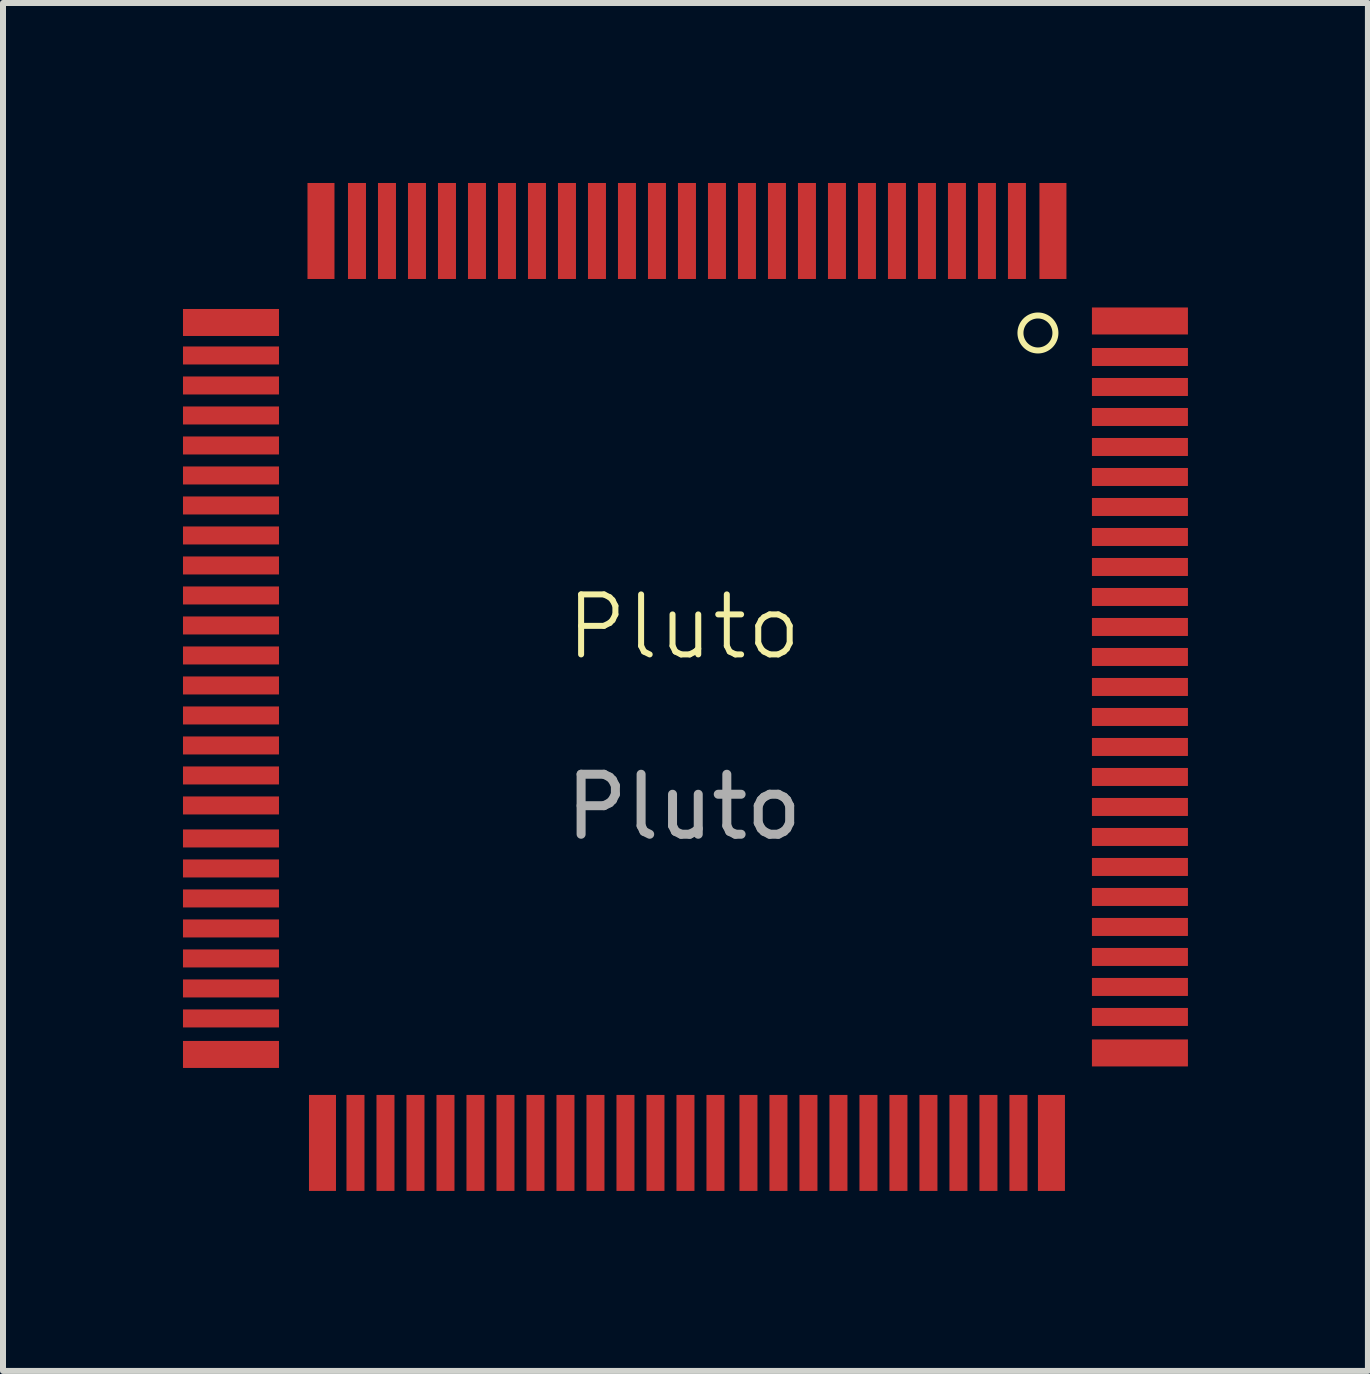
<source format=kicad_pcb>
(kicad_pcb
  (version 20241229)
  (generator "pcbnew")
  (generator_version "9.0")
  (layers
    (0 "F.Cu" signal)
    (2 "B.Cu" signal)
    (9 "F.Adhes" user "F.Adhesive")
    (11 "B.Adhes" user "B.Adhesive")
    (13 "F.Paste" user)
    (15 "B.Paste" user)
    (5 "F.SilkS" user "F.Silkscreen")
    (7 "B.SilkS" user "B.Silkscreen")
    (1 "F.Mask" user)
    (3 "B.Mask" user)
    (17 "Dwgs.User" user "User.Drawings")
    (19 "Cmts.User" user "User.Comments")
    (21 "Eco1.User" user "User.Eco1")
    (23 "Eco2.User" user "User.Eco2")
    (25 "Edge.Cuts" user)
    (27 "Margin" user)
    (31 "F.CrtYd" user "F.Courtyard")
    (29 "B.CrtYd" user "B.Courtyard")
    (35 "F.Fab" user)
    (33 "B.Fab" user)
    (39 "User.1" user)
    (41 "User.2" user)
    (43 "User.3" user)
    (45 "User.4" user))
  (footprint "Pluto"
    (layer "F.Cu")
    (at 8.35 7.9)
    (property "Reference" "Pluto" (at 0 -0.5 0) (unlocked yes) (layer "F.SilkS") (effects (font (size 1 1) (thickness 0.1))))
    (attr smd)
    (fp_circle (center 5.9 -5.4) (end 6.15 -5.25) (stroke (width 0.1) (type default)) (fill no) (layer "F.SilkS"))
    (fp_text user "${REFERENCE}" (at 0 2.5 0) (unlocked yes) (layer "F.Fab") (effects (font (size 1 1) (thickness 0.15))))
    (pad "1" smd rect (at 6.15 -7.1 270) (size 1.6 0.45) (layers "F.Cu" "F.Mask" "F.Paste"))
    (pad "2" smd rect (at 5.55 -7.1 270) (size 1.6 0.3) (layers "F.Cu" "F.Mask" "F.Paste"))
    (pad "3" smd rect (at 5.05 -7.1 270) (size 1.6 0.3) (layers "F.Cu" "F.Mask" "F.Paste"))
    (pad "4" smd rect (at 4.55 -7.1 270) (size 1.6 0.3) (layers "F.Cu" "F.Mask" "F.Paste"))
    (pad "5" smd rect (at 4.05 -7.1 270) (size 1.6 0.3) (layers "F.Cu" "F.Mask" "F.Paste"))
    (pad "6" smd rect (at 3.55 -7.1 270) (size 1.6 0.3) (layers "F.Cu" "F.Mask" "F.Paste"))
    (pad "7" smd rect (at 3.05 -7.1 270) (size 1.6 0.3) (layers "F.Cu" "F.Mask" "F.Paste"))
    (pad "8" smd rect (at 2.55 -7.1 270) (size 1.6 0.3) (layers "F.Cu" "F.Mask" "F.Paste"))
    (pad "9" smd rect (at 2.05 -7.1 270) (size 1.6 0.3) (layers "F.Cu" "F.Mask" "F.Paste"))
    (pad "10" smd rect (at 1.55 -7.1 270) (size 1.6 0.3) (layers "F.Cu" "F.Mask" "F.Paste"))
    (pad "11" smd rect (at 1.05 -7.1 270) (size 1.6 0.3) (layers "F.Cu" "F.Mask" "F.Paste"))
    (pad "12" smd rect (at 0.55 -7.1 270) (size 1.6 0.3) (layers "F.Cu" "F.Mask" "F.Paste"))
    (pad "13" smd rect (at 0.05 -7.1 270) (size 1.6 0.3) (layers "F.Cu" "F.Mask" "F.Paste"))
    (pad "14" smd rect (at -0.45 -7.1 270) (size 1.6 0.3) (layers "F.Cu" "F.Mask" "F.Paste"))
    (pad "15" smd rect (at -0.95 -7.1 270) (size 1.6 0.3) (layers "F.Cu" "F.Mask" "F.Paste"))
    (pad "16" smd rect (at -1.45 -7.1 270) (size 1.6 0.3) (layers "F.Cu" "F.Mask" "F.Paste"))
    (pad "17" smd rect (at -1.95 -7.1 270) (size 1.6 0.3) (layers "F.Cu" "F.Mask" "F.Paste"))
    (pad "18" smd rect (at -2.45 -7.1 270) (size 1.6 0.3) (layers "F.Cu" "F.Mask" "F.Paste"))
    (pad "19" smd rect (at -2.95 -7.1 270) (size 1.6 0.3) (layers "F.Cu" "F.Mask" "F.Paste"))
    (pad "20" smd rect (at -3.45 -7.1 270) (size 1.6 0.3) (layers "F.Cu" "F.Mask" "F.Paste"))
    (pad "21" smd rect (at -3.95 -7.1 270) (size 1.6 0.3) (layers "F.Cu" "F.Mask" "F.Paste"))
    (pad "22" smd rect (at -4.45 -7.1 270) (size 1.6 0.3) (layers "F.Cu" "F.Mask" "F.Paste"))
    (pad "23" smd rect (at -4.95 -7.1 270) (size 1.6 0.3) (layers "F.Cu" "F.Mask" "F.Paste"))
    (pad "24" smd rect (at -5.45 -7.1 270) (size 1.6 0.3) (layers "F.Cu" "F.Mask" "F.Paste"))
    (pad "25" smd rect (at -6.05 -7.1 270) (size 1.6 0.45) (layers "F.Cu" "F.Mask" "F.Paste"))
    (pad "26" smd rect (at -7.55 -5.575) (size 1.6 0.45) (layers "F.Cu" "F.Mask" "F.Paste"))
    (pad "27" smd rect (at -7.55 -5.025) (size 1.6 0.3) (layers "F.Cu" "F.Mask" "F.Paste"))
    (pad "28" smd rect (at -7.55 -4.525) (size 1.6 0.3) (layers "F.Cu" "F.Mask" "F.Paste"))
    (pad "29" smd rect (at -7.55 -4.025) (size 1.6 0.3) (layers "F.Cu" "F.Mask" "F.Paste"))
    (pad "30" smd rect (at -7.55 -3.525) (size 1.6 0.3) (layers "F.Cu" "F.Mask" "F.Paste"))
    (pad "31" smd rect (at -7.55 -3.025) (size 1.6 0.3) (layers "F.Cu" "F.Mask" "F.Paste"))
    (pad "32" smd rect (at -7.55 -2.525) (size 1.6 0.3) (layers "F.Cu" "F.Mask" "F.Paste"))
    (pad "33" smd rect (at -7.55 -2.025) (size 1.6 0.3) (layers "F.Cu" "F.Mask" "F.Paste"))
    (pad "34" smd rect (at -7.55 -1.525) (size 1.6 0.3) (layers "F.Cu" "F.Mask" "F.Paste"))
    (pad "35" smd rect (at -7.55 -1.025) (size 1.6 0.3) (layers "F.Cu" "F.Mask" "F.Paste"))
    (pad "36" smd rect (at -7.55 -0.525) (size 1.6 0.3) (layers "F.Cu" "F.Mask" "F.Paste"))
    (pad "37" smd rect (at -7.55 -0.025) (size 1.6 0.3) (layers "F.Cu" "F.Mask" "F.Paste"))
    (pad "38" smd rect (at -7.55 0.475) (size 1.6 0.3) (layers "F.Cu" "F.Mask" "F.Paste"))
    (pad "39" smd rect (at -7.55 0.975) (size 1.6 0.3) (layers "F.Cu" "F.Mask" "F.Paste"))
    (pad "40" smd rect (at -7.55 1.475) (size 1.6 0.3) (layers "F.Cu" "F.Mask" "F.Paste"))
    (pad "41" smd rect (at -7.55 1.975) (size 1.6 0.3) (layers "F.Cu" "F.Mask" "F.Paste"))
    (pad "42" smd rect (at -7.55 2.475) (size 1.6 0.3) (layers "F.Cu" "F.Mask" "F.Paste"))
    (pad "43" smd rect (at -7.55 3.025) (size 1.6 0.3) (layers "F.Cu" "F.Mask" "F.Paste"))
    (pad "44" smd rect (at -7.55 3.525) (size 1.6 0.3) (layers "F.Cu" "F.Mask" "F.Paste"))
    (pad "45" smd rect (at -7.55 4.025) (size 1.6 0.3) (layers "F.Cu" "F.Mask" "F.Paste"))
    (pad "46" smd rect (at -7.55 4.525) (size 1.6 0.3) (layers "F.Cu" "F.Mask" "F.Paste"))
    (pad "47" smd rect (at -7.55 5.025) (size 1.6 0.3) (layers "F.Cu" "F.Mask" "F.Paste"))
    (pad "48" smd rect (at -7.55 5.525) (size 1.6 0.3) (layers "F.Cu" "F.Mask" "F.Paste"))
    (pad "49" smd rect (at -7.55 6.025) (size 1.6 0.3) (layers "F.Cu" "F.Mask" "F.Paste"))
    (pad "50" smd rect (at -7.55 6.625) (size 1.6 0.45) (layers "F.Cu" "F.Mask" "F.Paste"))
    (pad "51" smd rect (at -6.025 8.1 90) (size 1.6 0.45) (layers "F.Cu" "F.Mask" "F.Paste"))
    (pad "52" smd rect (at -5.475 8.1 90) (size 1.6 0.3) (layers "F.Cu" "F.Mask" "F.Paste"))
    (pad "53" smd rect (at -4.975 8.1 90) (size 1.6 0.3) (layers "F.Cu" "F.Mask" "F.Paste"))
    (pad "54" smd rect (at -4.475 8.1 90) (size 1.6 0.3) (layers "F.Cu" "F.Mask" "F.Paste"))
    (pad "55" smd rect (at -3.975 8.1 90) (size 1.6 0.3) (layers "F.Cu" "F.Mask" "F.Paste"))
    (pad "56" smd rect (at -3.475 8.1 90) (size 1.6 0.3) (layers "F.Cu" "F.Mask" "F.Paste"))
    (pad "57" smd rect (at -2.975 8.1 90) (size 1.6 0.3) (layers "F.Cu" "F.Mask" "F.Paste"))
    (pad "58" smd rect (at -2.475 8.1 90) (size 1.6 0.3) (layers "F.Cu" "F.Mask" "F.Paste"))
    (pad "59" smd rect (at -1.975 8.1 90) (size 1.6 0.3) (layers "F.Cu" "F.Mask" "F.Paste"))
    (pad "60" smd rect (at -1.475 8.1 90) (size 1.6 0.3) (layers "F.Cu" "F.Mask" "F.Paste"))
    (pad "61" smd rect (at -0.975 8.1 90) (size 1.6 0.3) (layers "F.Cu" "F.Mask" "F.Paste"))
    (pad "62" smd rect (at -0.475 8.1 90) (size 1.6 0.3) (layers "F.Cu" "F.Mask" "F.Paste"))
    (pad "63" smd rect (at 0.025 8.1 90) (size 1.6 0.3) (layers "F.Cu" "F.Mask" "F.Paste"))
    (pad "64" smd rect (at 0.525 8.1 90) (size 1.6 0.3) (layers "F.Cu" "F.Mask" "F.Paste"))
    (pad "65" smd rect (at 1.075 8.1 90) (size 1.6 0.3) (layers "F.Cu" "F.Mask" "F.Paste"))
    (pad "66" smd rect (at 1.575 8.1 90) (size 1.6 0.3) (layers "F.Cu" "F.Mask" "F.Paste"))
    (pad "67" smd rect (at 2.075 8.1 90) (size 1.6 0.3) (layers "F.Cu" "F.Mask" "F.Paste"))
    (pad "68" smd rect (at 2.575 8.1 90) (size 1.6 0.3) (layers "F.Cu" "F.Mask" "F.Paste"))
    (pad "69" smd rect (at 3.075 8.1 90) (size 1.6 0.3) (layers "F.Cu" "F.Mask" "F.Paste"))
    (pad "70" smd rect (at 3.575 8.1 90) (size 1.6 0.3) (layers "F.Cu" "F.Mask" "F.Paste"))
    (pad "71" smd rect (at 4.075 8.1 90) (size 1.6 0.3) (layers "F.Cu" "F.Mask" "F.Paste"))
    (pad "72" smd rect (at 4.575 8.1 90) (size 1.6 0.3) (layers "F.Cu" "F.Mask" "F.Paste"))
    (pad "73" smd rect (at 5.075 8.1 90) (size 1.6 0.3) (layers "F.Cu" "F.Mask" "F.Paste"))
    (pad "74" smd rect (at 5.575 8.1 90) (size 1.6 0.3) (layers "F.Cu" "F.Mask" "F.Paste"))
    (pad "75" smd rect (at 6.125 8.1 90) (size 1.6 0.45) (layers "F.Cu" "F.Mask" "F.Paste"))
    (pad "76" smd rect (at 7.6 6.6 180) (size 1.6 0.45) (layers "F.Cu" "F.Mask" "F.Paste"))
    (pad "77" smd rect (at 7.6 6 180) (size 1.6 0.3) (layers "F.Cu" "F.Mask" "F.Paste"))
    (pad "78" smd rect (at 7.6 5.5 180) (size 1.6 0.3) (layers "F.Cu" "F.Mask" "F.Paste"))
    (pad "79" smd rect (at 7.6 5 180) (size 1.6 0.3) (layers "F.Cu" "F.Mask" "F.Paste"))
    (pad "80" smd rect (at 7.6 4.5 180) (size 1.6 0.3) (layers "F.Cu" "F.Mask" "F.Paste"))
    (pad "81" smd rect (at 7.6 4 180) (size 1.6 0.3) (layers "F.Cu" "F.Mask" "F.Paste"))
    (pad "82" smd rect (at 7.6 3.5 180) (size 1.6 0.3) (layers "F.Cu" "F.Mask" "F.Paste"))
    (pad "83" smd rect (at 7.6 3 180) (size 1.6 0.3) (layers "F.Cu" "F.Mask" "F.Paste"))
    (pad "84" smd rect (at 7.6 2.5 180) (size 1.6 0.3) (layers "F.Cu" "F.Mask" "F.Paste"))
    (pad "85" smd rect (at 7.6 2 180) (size 1.6 0.3) (layers "F.Cu" "F.Mask" "F.Paste"))
    (pad "86" smd rect (at 7.6 1.5 180) (size 1.6 0.3) (layers "F.Cu" "F.Mask" "F.Paste"))
    (pad "87" smd rect (at 7.6 1 180) (size 1.6 0.3) (layers "F.Cu" "F.Mask" "F.Paste"))
    (pad "88" smd rect (at 7.6 0.5 180) (size 1.6 0.3) (layers "F.Cu" "F.Mask" "F.Paste"))
    (pad "89" smd rect (at 7.6 0 180) (size 1.6 0.3) (layers "F.Cu" "F.Mask" "F.Paste"))
    (pad "90" smd rect (at 7.6 -0.5 180) (size 1.6 0.3) (layers "F.Cu" "F.Mask" "F.Paste"))
    (pad "91" smd rect (at 7.6 -1 180) (size 1.6 0.3) (layers "F.Cu" "F.Mask" "F.Paste"))
    (pad "92" smd rect (at 7.6 -1.5 180) (size 1.6 0.3) (layers "F.Cu" "F.Mask" "F.Paste"))
    (pad "93" smd rect (at 7.6 -2 180) (size 1.6 0.3) (layers "F.Cu" "F.Mask" "F.Paste"))
    (pad "94" smd rect (at 7.6 -2.5 180) (size 1.6 0.3) (layers "F.Cu" "F.Mask" "F.Paste"))
    (pad "95" smd rect (at 7.6 -3 180) (size 1.6 0.3) (layers "F.Cu" "F.Mask" "F.Paste"))
    (pad "96" smd rect (at 7.6 -3.5 180) (size 1.6 0.3) (layers "F.Cu" "F.Mask" "F.Paste"))
    (pad "97" smd rect (at 7.6 -4 180) (size 1.6 0.3) (layers "F.Cu" "F.Mask" "F.Paste"))
    (pad "98" smd rect (at 7.6 -4.5 180) (size 1.6 0.3) (layers "F.Cu" "F.Mask" "F.Paste"))
    (pad "99" smd rect (at 7.6 -5 180) (size 1.6 0.3) (layers "F.Cu" "F.Mask" "F.Paste"))
    (pad "100" smd rect (at 7.6 -5.6 180) (size 1.6 0.45) (layers "F.Cu" "F.Mask" "F.Paste")))
  (gr_rect
    (start -3 -3)
    (end 19.75 19.8)
    (stroke (width 0.1) (type default))
    (fill no)
    (layer "Edge.Cuts")))
</source>
